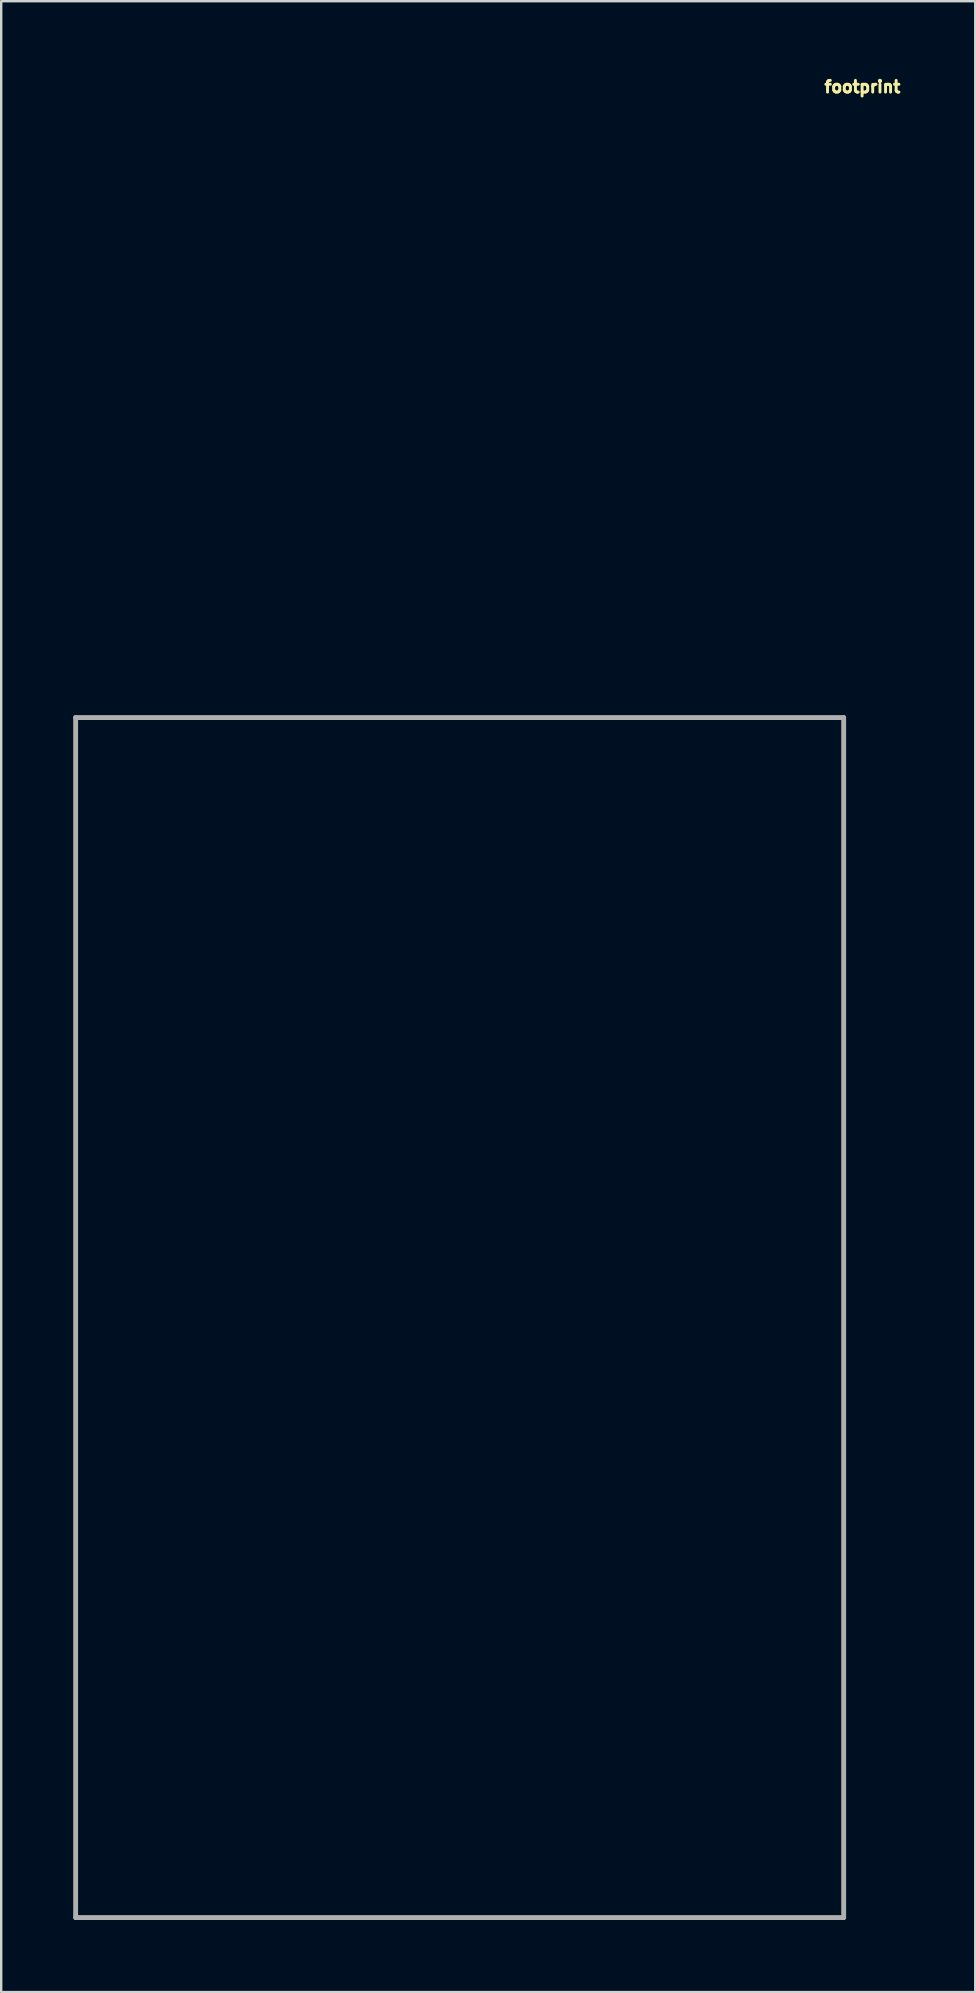
<source format=kicad_pcb>
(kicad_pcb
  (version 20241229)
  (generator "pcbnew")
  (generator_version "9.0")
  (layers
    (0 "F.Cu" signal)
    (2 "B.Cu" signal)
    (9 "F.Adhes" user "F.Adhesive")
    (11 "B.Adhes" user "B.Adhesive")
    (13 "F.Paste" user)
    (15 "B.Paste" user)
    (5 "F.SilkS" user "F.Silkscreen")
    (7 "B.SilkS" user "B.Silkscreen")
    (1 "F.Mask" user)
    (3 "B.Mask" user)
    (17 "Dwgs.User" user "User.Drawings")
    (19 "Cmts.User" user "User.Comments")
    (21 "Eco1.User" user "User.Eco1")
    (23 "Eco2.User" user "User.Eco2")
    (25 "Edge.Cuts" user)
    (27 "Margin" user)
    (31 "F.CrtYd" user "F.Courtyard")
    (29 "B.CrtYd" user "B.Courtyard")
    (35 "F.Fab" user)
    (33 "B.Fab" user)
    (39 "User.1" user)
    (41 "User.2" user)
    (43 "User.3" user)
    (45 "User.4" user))
  (footprint "footprint"
    (layer "F.Cu")
    (at 16.102 51.847)
    (property "Reference" "footprint" (at 16.78 -50.994 0) (layer "F.SilkS") (effects (font (size 0.488 0.488) (thickness 0.122)) (justify bottom)))
    (fp_line (start -16 -25) (end -16 25) (stroke (width 0.203) (type solid)) (layer "F.Fab"))
    (fp_line (start -16 25) (end 16 25) (stroke (width 0.203) (type solid)) (layer "F.Fab"))
    (fp_line (start 16 -25) (end -16 -25) (stroke (width 0.203) (type solid)) (layer "F.Fab"))
    (fp_line (start 16 25) (end 16 -25) (stroke (width 0.203) (type solid)) (layer "F.Fab")))
  (gr_rect
    (start -3 -3)
    (end 37.583 79.949)
    (stroke (width 0.1) (type default))
    (fill no)
    (layer "Edge.Cuts")))
</source>
